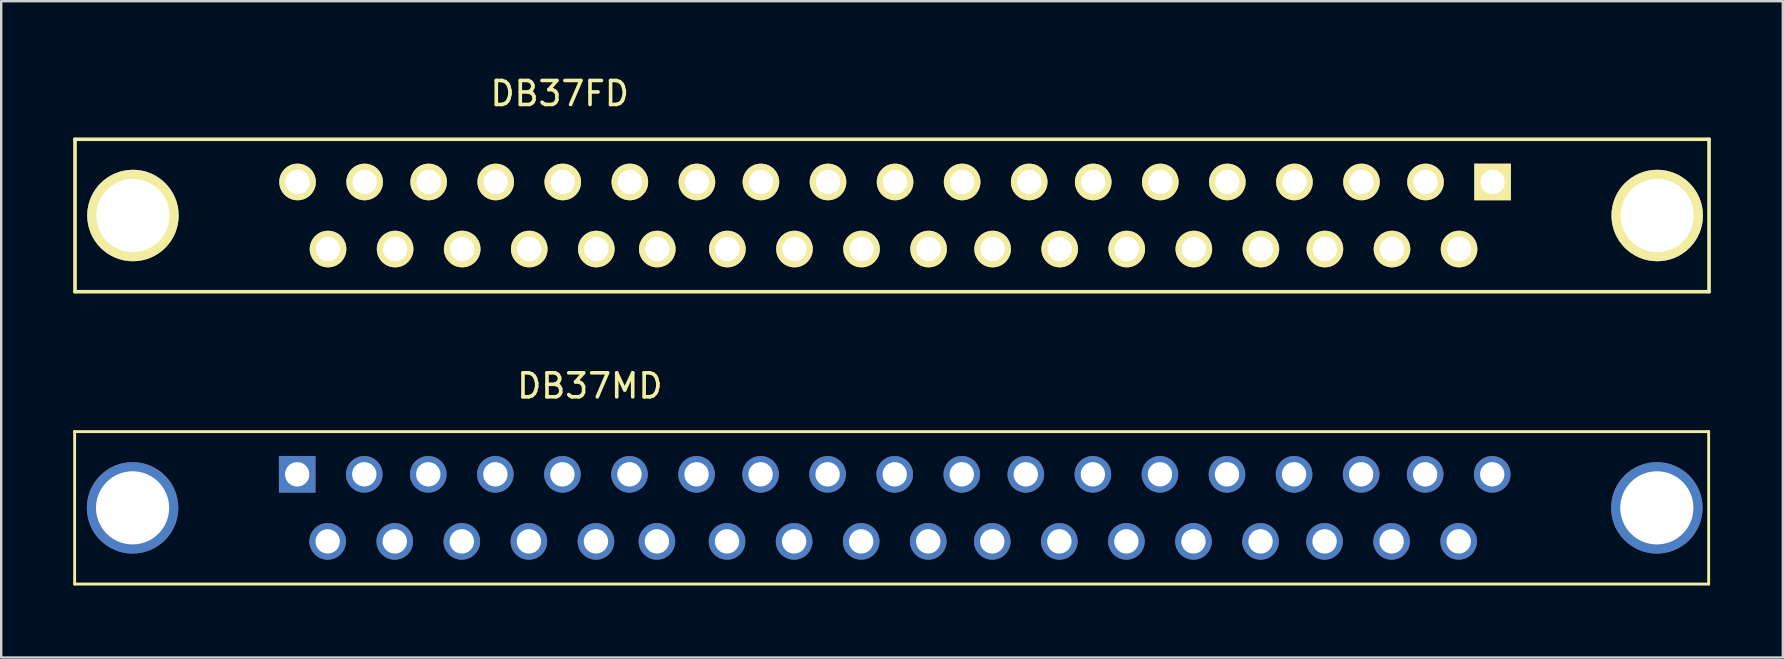
<source format=kicad_pcb>
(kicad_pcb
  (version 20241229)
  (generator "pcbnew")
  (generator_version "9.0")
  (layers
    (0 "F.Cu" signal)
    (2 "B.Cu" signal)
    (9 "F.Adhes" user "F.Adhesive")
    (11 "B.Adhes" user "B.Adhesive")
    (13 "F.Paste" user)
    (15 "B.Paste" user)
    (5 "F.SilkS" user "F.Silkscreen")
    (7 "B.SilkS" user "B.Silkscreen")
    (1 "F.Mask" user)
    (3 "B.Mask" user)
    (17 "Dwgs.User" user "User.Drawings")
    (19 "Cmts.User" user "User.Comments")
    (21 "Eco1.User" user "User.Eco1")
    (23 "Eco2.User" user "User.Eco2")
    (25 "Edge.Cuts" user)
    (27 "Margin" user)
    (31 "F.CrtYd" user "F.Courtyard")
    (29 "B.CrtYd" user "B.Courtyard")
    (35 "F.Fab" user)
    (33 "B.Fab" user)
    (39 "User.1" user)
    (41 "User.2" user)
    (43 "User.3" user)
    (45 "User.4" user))
  (footprint "DB37MD"
    (layer "F.Cu")
    (at 34.223 18.107)
    (property "Reference" "DB37MD" (at -12.7 -5.08 0) (layer "F.SilkS") (effects (font (size 1 1) (thickness 0.15))))
    (attr through_hole)
    (fp_line (start -34.163 -3.175) (end -34.163 -3.175) (stroke (width 0.12) (type solid)) (layer "F.SilkS"))
    (fp_line (start -34.163 -3.175) (end -34.163 3.175) (stroke (width 0.12) (type solid)) (layer "F.SilkS"))
    (fp_line (start -34.163 3.175) (end 33.909 3.175) (stroke (width 0.12) (type solid)) (layer "F.SilkS"))
    (fp_line (start 33.909 -3.175) (end -34.163 -3.175) (stroke (width 0.12) (type solid)) (layer "F.SilkS"))
    (fp_line (start 33.909 3.175) (end 33.909 -3.175) (stroke (width 0.12) (type solid)) (layer "F.SilkS"))
    (pad "" thru_hole circle (at -31.75 0) (size 3.81 3.81) (drill 3.048) (layers "*.Cu" "*.Mask"))
    (pad "" thru_hole circle (at 31.75 0) (size 3.81 3.81) (drill 3.048) (layers "*.Cu" "*.Mask"))
    (pad "1" thru_hole rect (at -24.892 -1.397) (size 1.524 1.524) (drill 1.016) (layers "*.Cu" "*.Mask"))
    (pad "2" thru_hole circle (at -22.098 -1.397) (size 1.524 1.524) (drill 1.016) (layers "*.Cu" "*.Mask"))
    (pad "3" thru_hole circle (at -19.431 -1.397) (size 1.524 1.524) (drill 1.016) (layers "*.Cu" "*.Mask"))
    (pad "4" thru_hole circle (at -16.637 -1.397) (size 1.524 1.524) (drill 1.016) (layers "*.Cu" "*.Mask"))
    (pad "5" thru_hole circle (at -13.843 -1.397) (size 1.524 1.524) (drill 1.016) (layers "*.Cu" "*.Mask"))
    (pad "6" thru_hole circle (at -11.049 -1.397) (size 1.524 1.524) (drill 1.016) (layers "*.Cu" "*.Mask"))
    (pad "7" thru_hole circle (at -8.255 -1.397) (size 1.524 1.524) (drill 1.016) (layers "*.Cu" "*.Mask"))
    (pad "8" thru_hole circle (at -5.588 -1.397) (size 1.524 1.524) (drill 1.016) (layers "*.Cu" "*.Mask"))
    (pad "9" thru_hole circle (at -2.794 -1.397) (size 1.524 1.524) (drill 1.016) (layers "*.Cu" "*.Mask"))
    (pad "10" thru_hole circle (at 0 -1.397) (size 1.524 1.524) (drill 1.016) (layers "*.Cu" "*.Mask"))
    (pad "11" thru_hole circle (at 2.794 -1.397) (size 1.524 1.524) (drill 1.016) (layers "*.Cu" "*.Mask"))
    (pad "12" thru_hole circle (at 5.461 -1.397) (size 1.524 1.524) (drill 1.016) (layers "*.Cu" "*.Mask"))
    (pad "13" thru_hole circle (at 8.255 -1.397) (size 1.524 1.524) (drill 1.016) (layers "*.Cu" "*.Mask"))
    (pad "14" thru_hole circle (at 11.049 -1.397) (size 1.524 1.524) (drill 1.016) (layers "*.Cu" "*.Mask"))
    (pad "15" thru_hole circle (at 13.843 -1.397) (size 1.524 1.524) (drill 1.016) (layers "*.Cu" "*.Mask"))
    (pad "16" thru_hole circle (at 16.637 -1.397) (size 1.524 1.524) (drill 1.016) (layers "*.Cu" "*.Mask"))
    (pad "17" thru_hole circle (at 19.431 -1.397) (size 1.524 1.524) (drill 1.016) (layers "*.Cu" "*.Mask"))
    (pad "18" thru_hole circle (at 22.098 -1.397) (size 1.524 1.524) (drill 1.016) (layers "*.Cu" "*.Mask"))
    (pad "19" thru_hole circle (at 24.892 -1.397) (size 1.524 1.524) (drill 1.016) (layers "*.Cu" "*.Mask"))
    (pad "20" thru_hole circle (at -23.622 1.397) (size 1.524 1.524) (drill 1.016) (layers "*.Cu" "*.Mask"))
    (pad "21" thru_hole circle (at -20.828 1.397) (size 1.524 1.524) (drill 1.016) (layers "*.Cu" "*.Mask"))
    (pad "22" thru_hole circle (at -18.034 1.397) (size 1.524 1.524) (drill 1.016) (layers "*.Cu" "*.Mask"))
    (pad "23" thru_hole circle (at -15.24 1.397) (size 1.524 1.524) (drill 1.016) (layers "*.Cu" "*.Mask"))
    (pad "24" thru_hole circle (at -12.446 1.397) (size 1.524 1.524) (drill 1.016) (layers "*.Cu" "*.Mask"))
    (pad "25" thru_hole circle (at -9.906 1.397) (size 1.524 1.524) (drill 1.016) (layers "*.Cu" "*.Mask"))
    (pad "26" thru_hole circle (at -6.985 1.397) (size 1.524 1.524) (drill 1.016) (layers "*.Cu" "*.Mask"))
    (pad "27" thru_hole circle (at -4.191 1.397) (size 1.524 1.524) (drill 1.016) (layers "*.Cu" "*.Mask"))
    (pad "28" thru_hole circle (at -1.397 1.397) (size 1.524 1.524) (drill 1.016) (layers "*.Cu" "*.Mask"))
    (pad "29" thru_hole circle (at 1.397 1.397) (size 1.524 1.524) (drill 1.016) (layers "*.Cu" "*.Mask"))
    (pad "30" thru_hole circle (at 4.064 1.397) (size 1.524 1.524) (drill 1.016) (layers "*.Cu" "*.Mask"))
    (pad "31" thru_hole circle (at 6.858 1.397) (size 1.524 1.524) (drill 1.016) (layers "*.Cu" "*.Mask"))
    (pad "32" thru_hole circle (at 9.652 1.397) (size 1.524 1.524) (drill 1.016) (layers "*.Cu" "*.Mask"))
    (pad "33" thru_hole circle (at 12.446 1.397) (size 1.524 1.524) (drill 1.016) (layers "*.Cu" "*.Mask"))
    (pad "34" thru_hole circle (at 15.24 1.397) (size 1.524 1.524) (drill 1.016) (layers "*.Cu" "*.Mask"))
    (pad "35" thru_hole circle (at 17.907 1.397) (size 1.524 1.524) (drill 1.016) (layers "*.Cu" "*.Mask"))
    (pad "36" thru_hole circle (at 20.701 1.397) (size 1.524 1.524) (drill 1.016) (layers "*.Cu" "*.Mask"))
    (pad "37" thru_hole circle (at 23.495 1.397) (size 1.524 1.524) (drill 1.016) (layers "*.Cu" "*.Mask")))
  (footprint "DB37FD"
    (layer "F.Cu")
    (at 34.238 5.928)
    (property "Reference" "DB37FD" (at -13.97 -5.08 0) (layer "F.SilkS") (effects (font (size 1 1) (thickness 0.15))))
    (attr through_hole)
    (fp_line (start -34.163 -3.175) (end -34.163 3.175) (stroke (width 0.15) (type solid)) (layer "F.SilkS"))
    (fp_line (start -34.163 3.175) (end 33.909 3.175) (stroke (width 0.15) (type solid)) (layer "F.SilkS"))
    (fp_line (start 33.909 -3.175) (end -34.163 -3.175) (stroke (width 0.15) (type solid)) (layer "F.SilkS"))
    (fp_line (start 33.909 3.175) (end 33.909 -3.175) (stroke (width 0.15) (type solid)) (layer "F.SilkS"))
    (pad "" thru_hole circle (at -31.75 0) (size 3.81 3.81) (drill 3.048) (layers "*.Cu" "*.Mask" "F.SilkS"))
    (pad "" thru_hole circle (at 31.75 0) (size 3.81 3.81) (drill 3.048) (layers "*.Cu" "*.Mask" "F.SilkS"))
    (pad "1" thru_hole rect (at 24.892 -1.397) (size 1.524 1.524) (drill 1.016) (layers "*.Cu" "*.Mask" "F.SilkS"))
    (pad "2" thru_hole circle (at 22.098 -1.397) (size 1.524 1.524) (drill 1.016) (layers "*.Cu" "*.Mask" "F.SilkS"))
    (pad "3" thru_hole circle (at 19.431 -1.397) (size 1.524 1.524) (drill 1.016) (layers "*.Cu" "*.Mask" "F.SilkS"))
    (pad "4" thru_hole circle (at 16.637 -1.397) (size 1.524 1.524) (drill 1.016) (layers "*.Cu" "*.Mask" "F.SilkS"))
    (pad "5" thru_hole circle (at 13.843 -1.397) (size 1.524 1.524) (drill 1.016) (layers "*.Cu" "*.Mask" "F.SilkS"))
    (pad "6" thru_hole circle (at 11.049 -1.397) (size 1.524 1.524) (drill 1.016) (layers "*.Cu" "*.Mask" "F.SilkS"))
    (pad "7" thru_hole circle (at 8.255 -1.397) (size 1.524 1.524) (drill 1.016) (layers "*.Cu" "*.Mask" "F.SilkS"))
    (pad "8" thru_hole circle (at 5.588 -1.397) (size 1.524 1.524) (drill 1.016) (layers "*.Cu" "*.Mask" "F.SilkS"))
    (pad "9" thru_hole circle (at 2.794 -1.397) (size 1.524 1.524) (drill 1.016) (layers "*.Cu" "*.Mask" "F.SilkS"))
    (pad "10" thru_hole circle (at 0 -1.397) (size 1.524 1.524) (drill 1.016) (layers "*.Cu" "*.Mask" "F.SilkS"))
    (pad "11" thru_hole circle (at -2.794 -1.397) (size 1.524 1.524) (drill 1.016) (layers "*.Cu" "*.Mask" "F.SilkS"))
    (pad "12" thru_hole circle (at -5.588 -1.397) (size 1.524 1.524) (drill 1.016) (layers "*.Cu" "*.Mask" "F.SilkS"))
    (pad "13" thru_hole circle (at -8.255 -1.397) (size 1.524 1.524) (drill 1.016) (layers "*.Cu" "*.Mask" "F.SilkS"))
    (pad "14" thru_hole circle (at -11.049 -1.397) (size 1.524 1.524) (drill 1.016) (layers "*.Cu" "*.Mask" "F.SilkS"))
    (pad "15" thru_hole circle (at -13.843 -1.397) (size 1.524 1.524) (drill 1.016) (layers "*.Cu" "*.Mask" "F.SilkS"))
    (pad "16" thru_hole circle (at -16.637 -1.397) (size 1.524 1.524) (drill 1.016) (layers "*.Cu" "*.Mask" "F.SilkS"))
    (pad "17" thru_hole circle (at -19.431 -1.397) (size 1.524 1.524) (drill 1.016) (layers "*.Cu" "*.Mask" "F.SilkS"))
    (pad "18" thru_hole circle (at -22.098 -1.397) (size 1.524 1.524) (drill 1.016) (layers "*.Cu" "*.Mask" "F.SilkS"))
    (pad "19" thru_hole circle (at -24.892 -1.397) (size 1.524 1.524) (drill 1.016) (layers "*.Cu" "*.Mask" "F.SilkS"))
    (pad "20" thru_hole circle (at 23.495 1.397) (size 1.524 1.524) (drill 1.016) (layers "*.Cu" "*.Mask" "F.SilkS"))
    (pad "21" thru_hole circle (at 20.701 1.397) (size 1.524 1.524) (drill 1.016) (layers "*.Cu" "*.Mask" "F.SilkS"))
    (pad "22" thru_hole circle (at 17.907 1.397) (size 1.524 1.524) (drill 1.016) (layers "*.Cu" "*.Mask" "F.SilkS"))
    (pad "23" thru_hole circle (at 15.24 1.397) (size 1.524 1.524) (drill 1.016) (layers "*.Cu" "*.Mask" "F.SilkS"))
    (pad "24" thru_hole circle (at 12.446 1.397) (size 1.524 1.524) (drill 1.016) (layers "*.Cu" "*.Mask" "F.SilkS"))
    (pad "25" thru_hole circle (at 9.652 1.397) (size 1.524 1.524) (drill 1.016) (layers "*.Cu" "*.Mask" "F.SilkS"))
    (pad "26" thru_hole circle (at 6.858 1.397) (size 1.524 1.524) (drill 1.016) (layers "*.Cu" "*.Mask" "F.SilkS"))
    (pad "27" thru_hole circle (at 4.064 1.397) (size 1.524 1.524) (drill 1.016) (layers "*.Cu" "*.Mask" "F.SilkS"))
    (pad "28" thru_hole circle (at 1.397 1.397) (size 1.524 1.524) (drill 1.016) (layers "*.Cu" "*.Mask" "F.SilkS"))
    (pad "29" thru_hole circle (at -1.397 1.397) (size 1.524 1.524) (drill 1.016) (layers "*.Cu" "*.Mask" "F.SilkS"))
    (pad "30" thru_hole circle (at -4.191 1.397) (size 1.524 1.524) (drill 1.016) (layers "*.Cu" "*.Mask" "F.SilkS"))
    (pad "31" thru_hole circle (at -6.985 1.397) (size 1.524 1.524) (drill 1.016) (layers "*.Cu" "*.Mask" "F.SilkS"))
    (pad "32" thru_hole circle (at -9.906 1.397) (size 1.524 1.524) (drill 1.016) (layers "*.Cu" "*.Mask" "F.SilkS"))
    (pad "33" thru_hole circle (at -12.446 1.397) (size 1.524 1.524) (drill 1.016) (layers "*.Cu" "*.Mask" "F.SilkS"))
    (pad "34" thru_hole circle (at -15.24 1.397) (size 1.524 1.524) (drill 1.016) (layers "*.Cu" "*.Mask" "F.SilkS"))
    (pad "35" thru_hole circle (at -18.034 1.397) (size 1.524 1.524) (drill 1.016) (layers "*.Cu" "*.Mask" "F.SilkS"))
    (pad "36" thru_hole circle (at -20.828 1.397) (size 1.524 1.524) (drill 1.016) (layers "*.Cu" "*.Mask" "F.SilkS"))
    (pad "37" thru_hole circle (at -23.622 1.397) (size 1.524 1.524) (drill 1.016) (layers "*.Cu" "*.Mask" "F.SilkS")))
  (gr_rect
    (start -3 -3)
    (end 71.222 24.341)
    (stroke (width 0.1) (type default))
    (fill no)
    (layer "Edge.Cuts")))
</source>
